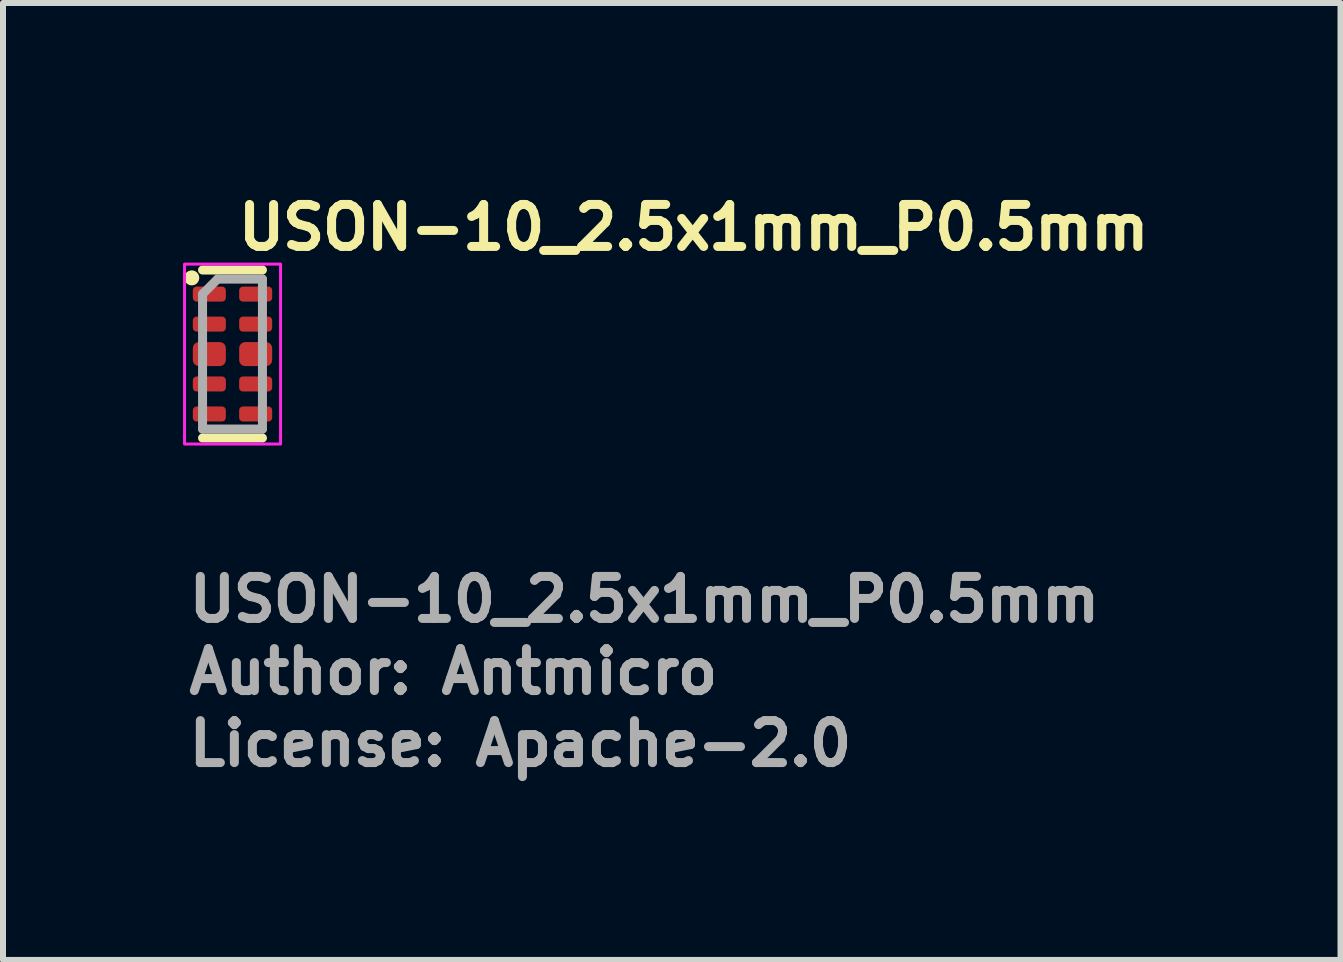
<source format=kicad_pcb>
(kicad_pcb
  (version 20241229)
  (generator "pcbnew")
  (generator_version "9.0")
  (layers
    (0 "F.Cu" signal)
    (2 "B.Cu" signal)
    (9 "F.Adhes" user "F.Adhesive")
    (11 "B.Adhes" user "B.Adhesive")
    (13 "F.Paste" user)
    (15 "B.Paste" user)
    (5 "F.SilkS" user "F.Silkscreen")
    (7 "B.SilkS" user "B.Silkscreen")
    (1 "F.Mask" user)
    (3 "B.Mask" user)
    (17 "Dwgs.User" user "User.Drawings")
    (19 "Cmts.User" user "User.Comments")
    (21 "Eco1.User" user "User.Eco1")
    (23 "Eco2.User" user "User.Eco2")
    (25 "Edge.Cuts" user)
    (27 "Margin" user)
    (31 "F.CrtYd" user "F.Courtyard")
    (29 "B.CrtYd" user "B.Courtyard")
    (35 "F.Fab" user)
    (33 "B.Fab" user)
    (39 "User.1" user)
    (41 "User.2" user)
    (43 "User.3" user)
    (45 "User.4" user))
  (footprint "USON-10_2.5x1mm_P0.5mm"
    (layer "F.Cu")
    (at 0.825 2.85)
    (property "Reference" "USON-10_2.5x1mm_P0.5mm" (at 0.018 -1.7 0) (layer "F.SilkS") (effects (font (size 0.7 0.7) (thickness 0.15)) (justify left bottom)))
    (attr smd)
    (fp_line (start 0.498 -1.401) (end -0.5 -1.401) (stroke (width 0.15) (type solid)) (layer "F.SilkS"))
    (fp_line (start 0.498 1.398) (end -0.5 1.398) (stroke (width 0.15) (type solid)) (layer "F.SilkS"))
    (fp_circle (center -0.68 -1.27) (end -0.63 -1.27) (stroke (width 0.15) (type solid)) (fill yes) (layer "F.SilkS"))
    (fp_rect (start -0.8 -1.5) (end 0.8 1.499) (stroke (width 0.05) (type solid)) (fill no) (layer "F.CrtYd"))
    (fp_line (start -0.5 -1) (end -0.5 1.249) (stroke (width 0.15) (type solid)) (layer "F.Fab"))
    (fp_line (start -0.5 1.249) (end 0.498 1.249) (stroke (width 0.15) (type solid)) (layer "F.Fab"))
    (fp_line (start -0.25 -1.25) (end -0.5 -1) (stroke (width 0.15) (type solid)) (layer "F.Fab"))
    (fp_line (start 0.498 -1.25) (end -0.25 -1.25) (stroke (width 0.15) (type solid)) (layer "F.Fab"))
    (fp_line (start 0.498 -1.25) (end 0.498 1.249) (stroke (width 0.15) (type solid)) (layer "F.Fab"))
    (fp_rect (start -0.5 -1.25) (end 0.498 1.249) (stroke (width 0.1) (type solid)) (fill no) (layer "User.5"))
    (fp_line (start -0.5 -1.25) (end -0.5 1.249) (stroke (width 0.02) (type solid)) (layer "User.9"))
    (fp_line (start -0.5 1.249) (end 0.498 1.249) (stroke (width 0.02) (type solid)) (layer "User.9"))
    (fp_line (start -0.422 -1.063) (end -0.421 -1.069) (stroke (width 0.02) (type solid)) (layer "User.9"))
    (fp_line (start -0.422 -1.063) (end -0.421 -1.069) (stroke (width 0.02) (type solid)) (layer "User.9"))
    (fp_line (start -0.422 -1.055) (end -0.422 -1.063) (stroke (width 0.02) (type solid)) (layer "User.9"))
    (fp_line (start -0.422 -1.055) (end -0.422 -1.063) (stroke (width 0.02) (type solid)) (layer "User.9"))
    (fp_line (start -0.422 -1.049) (end -0.422 -1.055) (stroke (width 0.02) (type solid)) (layer "User.9"))
    (fp_line (start -0.422 -1.049) (end -0.422 -1.055) (stroke (width 0.02) (type solid)) (layer "User.9"))
    (fp_line (start -0.422 -1.043) (end -0.422 -1.049) (stroke (width 0.02) (type solid)) (layer "User.9"))
    (fp_line (start -0.422 -1.043) (end -0.422 -1.049) (stroke (width 0.02) (type solid)) (layer "User.9"))
    (fp_line (start -0.422 -1.037) (end -0.422 -1.043) (stroke (width 0.02) (type solid)) (layer "User.9"))
    (fp_line (start -0.422 -1.037) (end -0.422 -1.043) (stroke (width 0.02) (type solid)) (layer "User.9"))
    (fp_line (start -0.421 -1.069) (end -0.419 -1.075) (stroke (width 0.02) (type solid)) (layer "User.9"))
    (fp_line (start -0.421 -1.069) (end -0.419 -1.075) (stroke (width 0.02) (type solid)) (layer "User.9"))
    (fp_line (start -0.421 -1.031) (end -0.422 -1.037) (stroke (width 0.02) (type solid)) (layer "User.9"))
    (fp_line (start -0.421 -1.031) (end -0.422 -1.037) (stroke (width 0.02) (type solid)) (layer "User.9"))
    (fp_line (start -0.419 -1.075) (end -0.417 -1.081) (stroke (width 0.02) (type solid)) (layer "User.9"))
    (fp_line (start -0.419 -1.075) (end -0.417 -1.081) (stroke (width 0.02) (type solid)) (layer "User.9"))
    (fp_line (start -0.419 -1.024) (end -0.421 -1.031) (stroke (width 0.02) (type solid)) (layer "User.9"))
    (fp_line (start -0.419 -1.024) (end -0.421 -1.031) (stroke (width 0.02) (type solid)) (layer "User.9"))
    (fp_line (start -0.417 -1.081) (end -0.416 -1.087) (stroke (width 0.02) (type solid)) (layer "User.9"))
    (fp_line (start -0.417 -1.081) (end -0.416 -1.087) (stroke (width 0.02) (type solid)) (layer "User.9"))
    (fp_line (start -0.417 -1.018) (end -0.419 -1.024) (stroke (width 0.02) (type solid)) (layer "User.9"))
    (fp_line (start -0.417 -1.018) (end -0.419 -1.024) (stroke (width 0.02) (type solid)) (layer "User.9"))
    (fp_line (start -0.416 -1.087) (end -0.413 -1.093) (stroke (width 0.02) (type solid)) (layer "User.9"))
    (fp_line (start -0.416 -1.087) (end -0.413 -1.093) (stroke (width 0.02) (type solid)) (layer "User.9"))
    (fp_line (start -0.416 -1.012) (end -0.417 -1.018) (stroke (width 0.02) (type solid)) (layer "User.9"))
    (fp_line (start -0.416 -1.012) (end -0.417 -1.018) (stroke (width 0.02) (type solid)) (layer "User.9"))
    (fp_line (start -0.413 -1.093) (end -0.41 -1.099) (stroke (width 0.02) (type solid)) (layer "User.9"))
    (fp_line (start -0.413 -1.093) (end -0.41 -1.099) (stroke (width 0.02) (type solid)) (layer "User.9"))
    (fp_line (start -0.413 -1.006) (end -0.416 -1.012) (stroke (width 0.02) (type solid)) (layer "User.9"))
    (fp_line (start -0.413 -1.006) (end -0.416 -1.012) (stroke (width 0.02) (type solid)) (layer "User.9"))
    (fp_line (start -0.41 -1.099) (end -0.41 -1.099) (stroke (width 0.02) (type solid)) (layer "User.9"))
    (fp_line (start -0.41 -1.099) (end -0.41 -1.099) (stroke (width 0.02) (type solid)) (layer "User.9"))
    (fp_line (start -0.41 -1.099) (end -0.408 -1.103) (stroke (width 0.02) (type solid)) (layer "User.9"))
    (fp_line (start -0.41 -1.099) (end -0.408 -1.103) (stroke (width 0.02) (type solid)) (layer "User.9"))
    (fp_line (start -0.41 -0.999) (end -0.413 -1.006) (stroke (width 0.02) (type solid)) (layer "User.9"))
    (fp_line (start -0.41 -0.999) (end -0.413 -1.006) (stroke (width 0.02) (type solid)) (layer "User.9"))
    (fp_line (start -0.41 -0.999) (end -0.41 -0.999) (stroke (width 0.02) (type solid)) (layer "User.9"))
    (fp_line (start -0.41 -0.999) (end -0.41 -0.999) (stroke (width 0.02) (type solid)) (layer "User.9"))
    (fp_line (start -0.408 -1.103) (end -0.407 -1.105) (stroke (width 0.02) (type solid)) (layer "User.9"))
    (fp_line (start -0.408 -1.103) (end -0.407 -1.105) (stroke (width 0.02) (type solid)) (layer "User.9"))
    (fp_line (start -0.407 -1.105) (end -0.405 -1.107) (stroke (width 0.02) (type solid)) (layer "User.9"))
    (fp_line (start -0.407 -1.105) (end -0.405 -1.107) (stroke (width 0.02) (type solid)) (layer "User.9"))
    (fp_line (start -0.407 -0.993) (end -0.41 -0.999) (stroke (width 0.02) (type solid)) (layer "User.9"))
    (fp_line (start -0.407 -0.993) (end -0.41 -0.999) (stroke (width 0.02) (type solid)) (layer "User.9"))
    (fp_line (start -0.405 -1.107) (end -0.403 -1.111) (stroke (width 0.02) (type solid)) (layer "User.9"))
    (fp_line (start -0.405 -1.107) (end -0.403 -1.111) (stroke (width 0.02) (type solid)) (layer "User.9"))
    (fp_line (start -0.403 -1.111) (end -0.401 -1.113) (stroke (width 0.02) (type solid)) (layer "User.9"))
    (fp_line (start -0.403 -1.111) (end -0.401 -1.113) (stroke (width 0.02) (type solid)) (layer "User.9"))
    (fp_line (start -0.403 -0.988) (end -0.407 -0.993) (stroke (width 0.02) (type solid)) (layer "User.9"))
    (fp_line (start -0.403 -0.988) (end -0.407 -0.993) (stroke (width 0.02) (type solid)) (layer "User.9"))
    (fp_line (start -0.401 -1.113) (end -0.399 -1.115) (stroke (width 0.02) (type solid)) (layer "User.9"))
    (fp_line (start -0.401 -1.113) (end -0.399 -1.115) (stroke (width 0.02) (type solid)) (layer "User.9"))
    (fp_line (start -0.399 -1.115) (end -0.396 -1.117) (stroke (width 0.02) (type solid)) (layer "User.9"))
    (fp_line (start -0.399 -1.115) (end -0.396 -1.117) (stroke (width 0.02) (type solid)) (layer "User.9"))
    (fp_line (start -0.399 -0.983) (end -0.403 -0.988) (stroke (width 0.02) (type solid)) (layer "User.9"))
    (fp_line (start -0.399 -0.983) (end -0.403 -0.988) (stroke (width 0.02) (type solid)) (layer "User.9"))
    (fp_line (start -0.396 -1.117) (end -0.394 -1.119) (stroke (width 0.02) (type solid)) (layer "User.9"))
    (fp_line (start -0.396 -1.117) (end -0.394 -1.119) (stroke (width 0.02) (type solid)) (layer "User.9"))
    (fp_line (start -0.394 -1.119) (end -0.392 -1.123) (stroke (width 0.02) (type solid)) (layer "User.9"))
    (fp_line (start -0.394 -1.119) (end -0.392 -1.123) (stroke (width 0.02) (type solid)) (layer "User.9"))
    (fp_line (start -0.394 -0.978) (end -0.399 -0.983) (stroke (width 0.02) (type solid)) (layer "User.9"))
    (fp_line (start -0.394 -0.978) (end -0.399 -0.983) (stroke (width 0.02) (type solid)) (layer "User.9"))
    (fp_line (start -0.392 -1.123) (end -0.389 -1.125) (stroke (width 0.02) (type solid)) (layer "User.9"))
    (fp_line (start -0.392 -1.123) (end -0.389 -1.125) (stroke (width 0.02) (type solid)) (layer "User.9"))
    (fp_line (start -0.389 -1.125) (end -0.387 -1.127) (stroke (width 0.02) (type solid)) (layer "User.9"))
    (fp_line (start -0.389 -1.125) (end -0.387 -1.127) (stroke (width 0.02) (type solid)) (layer "User.9"))
    (fp_line (start -0.389 -0.974) (end -0.394 -0.978) (stroke (width 0.02) (type solid)) (layer "User.9"))
    (fp_line (start -0.389 -0.974) (end -0.394 -0.978) (stroke (width 0.02) (type solid)) (layer "User.9"))
    (fp_line (start -0.387 -1.127) (end -0.383 -1.129) (stroke (width 0.02) (type solid)) (layer "User.9"))
    (fp_line (start -0.387 -1.127) (end -0.383 -1.129) (stroke (width 0.02) (type solid)) (layer "User.9"))
    (fp_line (start -0.383 -1.129) (end -0.381 -1.131) (stroke (width 0.02) (type solid)) (layer "User.9"))
    (fp_line (start -0.383 -1.129) (end -0.381 -1.131) (stroke (width 0.02) (type solid)) (layer "User.9"))
    (fp_line (start -0.383 -0.97) (end -0.389 -0.974) (stroke (width 0.02) (type solid)) (layer "User.9"))
    (fp_line (start -0.383 -0.97) (end -0.389 -0.974) (stroke (width 0.02) (type solid)) (layer "User.9"))
    (fp_line (start -0.381 -1.131) (end -0.378 -1.133) (stroke (width 0.02) (type solid)) (layer "User.9"))
    (fp_line (start -0.381 -1.131) (end -0.378 -1.133) (stroke (width 0.02) (type solid)) (layer "User.9"))
    (fp_line (start -0.378 -1.133) (end -0.375 -1.133) (stroke (width 0.02) (type solid)) (layer "User.9"))
    (fp_line (start -0.378 -1.133) (end -0.375 -1.133) (stroke (width 0.02) (type solid)) (layer "User.9"))
    (fp_line (start -0.378 -0.966) (end -0.383 -0.97) (stroke (width 0.02) (type solid)) (layer "User.9"))
    (fp_line (start -0.378 -0.966) (end -0.383 -0.97) (stroke (width 0.02) (type solid)) (layer "User.9"))
    (fp_line (start -0.375 -1.133) (end -0.373 -1.135) (stroke (width 0.02) (type solid)) (layer "User.9"))
    (fp_line (start -0.375 -1.133) (end -0.373 -1.135) (stroke (width 0.02) (type solid)) (layer "User.9"))
    (fp_line (start -0.373 -1.135) (end -0.37 -1.137) (stroke (width 0.02) (type solid)) (layer "User.9"))
    (fp_line (start -0.373 -1.135) (end -0.37 -1.137) (stroke (width 0.02) (type solid)) (layer "User.9"))
    (fp_line (start -0.373 -0.963) (end -0.378 -0.966) (stroke (width 0.02) (type solid)) (layer "User.9"))
    (fp_line (start -0.373 -0.963) (end -0.378 -0.966) (stroke (width 0.02) (type solid)) (layer "User.9"))
    (fp_line (start -0.37 -1.137) (end -0.367 -1.139) (stroke (width 0.02) (type solid)) (layer "User.9"))
    (fp_line (start -0.37 -1.137) (end -0.367 -1.139) (stroke (width 0.02) (type solid)) (layer "User.9"))
    (fp_line (start -0.367 -1.139) (end -0.364 -1.141) (stroke (width 0.02) (type solid)) (layer "User.9"))
    (fp_line (start -0.367 -1.139) (end -0.364 -1.141) (stroke (width 0.02) (type solid)) (layer "User.9"))
    (fp_line (start -0.367 -0.96) (end -0.373 -0.963) (stroke (width 0.02) (type solid)) (layer "User.9"))
    (fp_line (start -0.367 -0.96) (end -0.373 -0.963) (stroke (width 0.02) (type solid)) (layer "User.9"))
    (fp_line (start -0.364 -1.141) (end -0.361 -1.141) (stroke (width 0.02) (type solid)) (layer "User.9"))
    (fp_line (start -0.364 -1.141) (end -0.361 -1.141) (stroke (width 0.02) (type solid)) (layer "User.9"))
    (fp_line (start -0.361 -1.141) (end -0.358 -1.143) (stroke (width 0.02) (type solid)) (layer "User.9"))
    (fp_line (start -0.361 -1.141) (end -0.358 -1.143) (stroke (width 0.02) (type solid)) (layer "User.9"))
    (fp_line (start -0.361 -0.958) (end -0.367 -0.96) (stroke (width 0.02) (type solid)) (layer "User.9"))
    (fp_line (start -0.361 -0.958) (end -0.367 -0.96) (stroke (width 0.02) (type solid)) (layer "User.9"))
    (fp_line (start -0.358 -1.143) (end -0.355 -1.143) (stroke (width 0.02) (type solid)) (layer "User.9"))
    (fp_line (start -0.358 -1.143) (end -0.355 -1.143) (stroke (width 0.02) (type solid)) (layer "User.9"))
    (fp_line (start -0.355 -1.143) (end -0.352 -1.145) (stroke (width 0.02) (type solid)) (layer "User.9"))
    (fp_line (start -0.355 -1.143) (end -0.352 -1.145) (stroke (width 0.02) (type solid)) (layer "User.9"))
    (fp_line (start -0.355 -0.956) (end -0.361 -0.958) (stroke (width 0.02) (type solid)) (layer "User.9"))
    (fp_line (start -0.355 -0.956) (end -0.361 -0.958) (stroke (width 0.02) (type solid)) (layer "User.9"))
    (fp_line (start -0.352 -1.145) (end -0.35 -1.145) (stroke (width 0.02) (type solid)) (layer "User.9"))
    (fp_line (start -0.352 -1.145) (end -0.35 -1.145) (stroke (width 0.02) (type solid)) (layer "User.9"))
    (fp_line (start -0.35 -1.145) (end -0.347 -1.147) (stroke (width 0.02) (type solid)) (layer "User.9"))
    (fp_line (start -0.35 -1.145) (end -0.347 -1.147) (stroke (width 0.02) (type solid)) (layer "User.9"))
    (fp_line (start -0.35 -0.954) (end -0.355 -0.956) (stroke (width 0.02) (type solid)) (layer "User.9"))
    (fp_line (start -0.35 -0.954) (end -0.355 -0.956) (stroke (width 0.02) (type solid)) (layer "User.9"))
    (fp_line (start -0.347 -1.147) (end -0.344 -1.147) (stroke (width 0.02) (type solid)) (layer "User.9"))
    (fp_line (start -0.347 -1.147) (end -0.344 -1.147) (stroke (width 0.02) (type solid)) (layer "User.9"))
    (fp_line (start -0.344 -1.147) (end -0.34 -1.147) (stroke (width 0.02) (type solid)) (layer "User.9"))
    (fp_line (start -0.344 -1.147) (end -0.34 -1.147) (stroke (width 0.02) (type solid)) (layer "User.9"))
    (fp_line (start -0.344 -0.952) (end -0.35 -0.954) (stroke (width 0.02) (type solid)) (layer "User.9"))
    (fp_line (start -0.344 -0.952) (end -0.35 -0.954) (stroke (width 0.02) (type solid)) (layer "User.9"))
    (fp_line (start -0.34 -1.147) (end -0.337 -1.149) (stroke (width 0.02) (type solid)) (layer "User.9"))
    (fp_line (start -0.34 -1.147) (end -0.337 -1.149) (stroke (width 0.02) (type solid)) (layer "User.9"))
    (fp_line (start -0.337 -1.149) (end -0.334 -1.149) (stroke (width 0.02) (type solid)) (layer "User.9"))
    (fp_line (start -0.337 -1.149) (end -0.334 -1.149) (stroke (width 0.02) (type solid)) (layer "User.9"))
    (fp_line (start -0.337 -0.951) (end -0.344 -0.952) (stroke (width 0.02) (type solid)) (layer "User.9"))
    (fp_line (start -0.337 -0.951) (end -0.344 -0.952) (stroke (width 0.02) (type solid)) (layer "User.9"))
    (fp_line (start -0.334 -1.149) (end -0.331 -1.149) (stroke (width 0.02) (type solid)) (layer "User.9"))
    (fp_line (start -0.334 -1.149) (end -0.331 -1.149) (stroke (width 0.02) (type solid)) (layer "User.9"))
    (fp_line (start -0.331 -1.149) (end -0.327 -1.149) (stroke (width 0.02) (type solid)) (layer "User.9"))
    (fp_line (start -0.331 -1.149) (end -0.327 -1.149) (stroke (width 0.02) (type solid)) (layer "User.9"))
    (fp_line (start -0.331 -0.95) (end -0.337 -0.951) (stroke (width 0.02) (type solid)) (layer "User.9"))
    (fp_line (start -0.331 -0.95) (end -0.337 -0.951) (stroke (width 0.02) (type solid)) (layer "User.9"))
    (fp_line (start -0.327 -1.149) (end -0.324 -1.149) (stroke (width 0.02) (type solid)) (layer "User.9"))
    (fp_line (start -0.327 -1.149) (end -0.324 -1.149) (stroke (width 0.02) (type solid)) (layer "User.9"))
    (fp_line (start -0.324 -1.149) (end -0.316 -1.149) (stroke (width 0.02) (type solid)) (layer "User.9"))
    (fp_line (start -0.324 -1.149) (end -0.316 -1.149) (stroke (width 0.02) (type solid)) (layer "User.9"))
    (fp_line (start -0.324 -0.95) (end -0.331 -0.95) (stroke (width 0.02) (type solid)) (layer "User.9"))
    (fp_line (start -0.324 -0.95) (end -0.331 -0.95) (stroke (width 0.02) (type solid)) (layer "User.9"))
    (fp_line (start -0.32 -0.95) (end -0.324 -0.95) (stroke (width 0.02) (type solid)) (layer "User.9"))
    (fp_line (start -0.32 -0.95) (end -0.324 -0.95) (stroke (width 0.02) (type solid)) (layer "User.9"))
    (fp_line (start -0.316 -1.149) (end -0.31 -1.149) (stroke (width 0.02) (type solid)) (layer "User.9"))
    (fp_line (start -0.316 -1.149) (end -0.31 -1.149) (stroke (width 0.02) (type solid)) (layer "User.9"))
    (fp_line (start -0.316 -0.95) (end -0.32 -0.95) (stroke (width 0.02) (type solid)) (layer "User.9"))
    (fp_line (start -0.316 -0.95) (end -0.32 -0.95) (stroke (width 0.02) (type solid)) (layer "User.9"))
    (fp_line (start -0.313 -0.951) (end -0.316 -0.95) (stroke (width 0.02) (type solid)) (layer "User.9"))
    (fp_line (start -0.313 -0.951) (end -0.316 -0.95) (stroke (width 0.02) (type solid)) (layer "User.9"))
    (fp_line (start -0.31 -1.149) (end -0.303 -1.147) (stroke (width 0.02) (type solid)) (layer "User.9"))
    (fp_line (start -0.31 -1.149) (end -0.303 -1.147) (stroke (width 0.02) (type solid)) (layer "User.9"))
    (fp_line (start -0.31 -0.951) (end -0.313 -0.951) (stroke (width 0.02) (type solid)) (layer "User.9"))
    (fp_line (start -0.31 -0.951) (end -0.313 -0.951) (stroke (width 0.02) (type solid)) (layer "User.9"))
    (fp_line (start -0.306 -0.952) (end -0.31 -0.951) (stroke (width 0.02) (type solid)) (layer "User.9"))
    (fp_line (start -0.306 -0.952) (end -0.31 -0.951) (stroke (width 0.02) (type solid)) (layer "User.9"))
    (fp_line (start -0.303 -1.147) (end -0.297 -1.145) (stroke (width 0.02) (type solid)) (layer "User.9"))
    (fp_line (start -0.303 -1.147) (end -0.297 -1.145) (stroke (width 0.02) (type solid)) (layer "User.9"))
    (fp_line (start -0.303 -0.952) (end -0.306 -0.952) (stroke (width 0.02) (type solid)) (layer "User.9"))
    (fp_line (start -0.303 -0.952) (end -0.306 -0.952) (stroke (width 0.02) (type solid)) (layer "User.9"))
    (fp_line (start -0.3 -0.953) (end -0.303 -0.952) (stroke (width 0.02) (type solid)) (layer "User.9"))
    (fp_line (start -0.3 -0.953) (end -0.303 -0.952) (stroke (width 0.02) (type solid)) (layer "User.9"))
    (fp_line (start -0.297 -1.145) (end -0.291 -1.143) (stroke (width 0.02) (type solid)) (layer "User.9"))
    (fp_line (start -0.297 -1.145) (end -0.291 -1.143) (stroke (width 0.02) (type solid)) (layer "User.9"))
    (fp_line (start -0.297 -0.954) (end -0.3 -0.953) (stroke (width 0.02) (type solid)) (layer "User.9"))
    (fp_line (start -0.297 -0.954) (end -0.3 -0.953) (stroke (width 0.02) (type solid)) (layer "User.9"))
    (fp_line (start -0.294 -0.955) (end -0.297 -0.954) (stroke (width 0.02) (type solid)) (layer "User.9"))
    (fp_line (start -0.294 -0.955) (end -0.297 -0.954) (stroke (width 0.02) (type solid)) (layer "User.9"))
    (fp_line (start -0.291 -1.143) (end -0.286 -1.141) (stroke (width 0.02) (type solid)) (layer "User.9"))
    (fp_line (start -0.291 -1.143) (end -0.286 -1.141) (stroke (width 0.02) (type solid)) (layer "User.9"))
    (fp_line (start -0.291 -0.956) (end -0.294 -0.955) (stroke (width 0.02) (type solid)) (layer "User.9"))
    (fp_line (start -0.291 -0.956) (end -0.294 -0.955) (stroke (width 0.02) (type solid)) (layer "User.9"))
    (fp_line (start -0.289 -0.957) (end -0.291 -0.956) (stroke (width 0.02) (type solid)) (layer "User.9"))
    (fp_line (start -0.289 -0.957) (end -0.291 -0.956) (stroke (width 0.02) (type solid)) (layer "User.9"))
    (fp_line (start -0.286 -1.141) (end -0.28 -1.139) (stroke (width 0.02) (type solid)) (layer "User.9"))
    (fp_line (start -0.286 -1.141) (end -0.28 -1.139) (stroke (width 0.02) (type solid)) (layer "User.9"))
    (fp_line (start -0.286 -0.958) (end -0.289 -0.957) (stroke (width 0.02) (type solid)) (layer "User.9"))
    (fp_line (start -0.286 -0.958) (end -0.289 -0.957) (stroke (width 0.02) (type solid)) (layer "User.9"))
    (fp_line (start -0.283 -0.959) (end -0.286 -0.958) (stroke (width 0.02) (type solid)) (layer "User.9"))
    (fp_line (start -0.283 -0.959) (end -0.286 -0.958) (stroke (width 0.02) (type solid)) (layer "User.9"))
    (fp_line (start -0.28 -1.139) (end -0.274 -1.135) (stroke (width 0.02) (type solid)) (layer "User.9"))
    (fp_line (start -0.28 -1.139) (end -0.274 -1.135) (stroke (width 0.02) (type solid)) (layer "User.9"))
    (fp_line (start -0.28 -0.96) (end -0.283 -0.959) (stroke (width 0.02) (type solid)) (layer "User.9"))
    (fp_line (start -0.28 -0.96) (end -0.283 -0.959) (stroke (width 0.02) (type solid)) (layer "User.9"))
    (fp_line (start -0.277 -0.961) (end -0.28 -0.96) (stroke (width 0.02) (type solid)) (layer "User.9"))
    (fp_line (start -0.277 -0.961) (end -0.28 -0.96) (stroke (width 0.02) (type solid)) (layer "User.9"))
    (fp_line (start -0.274 -1.135) (end -0.269 -1.133) (stroke (width 0.02) (type solid)) (layer "User.9"))
    (fp_line (start -0.274 -1.135) (end -0.269 -1.133) (stroke (width 0.02) (type solid)) (layer "User.9"))
    (fp_line (start -0.274 -0.963) (end -0.277 -0.961) (stroke (width 0.02) (type solid)) (layer "User.9"))
    (fp_line (start -0.274 -0.963) (end -0.277 -0.961) (stroke (width 0.02) (type solid)) (layer "User.9"))
    (fp_line (start -0.271 -0.964) (end -0.274 -0.963) (stroke (width 0.02) (type solid)) (layer "User.9"))
    (fp_line (start -0.271 -0.964) (end -0.274 -0.963) (stroke (width 0.02) (type solid)) (layer "User.9"))
    (fp_line (start -0.269 -1.133) (end -0.263 -1.129) (stroke (width 0.02) (type solid)) (layer "User.9"))
    (fp_line (start -0.269 -1.133) (end -0.263 -1.129) (stroke (width 0.02) (type solid)) (layer "User.9"))
    (fp_line (start -0.269 -0.966) (end -0.271 -0.964) (stroke (width 0.02) (type solid)) (layer "User.9"))
    (fp_line (start -0.269 -0.966) (end -0.271 -0.964) (stroke (width 0.02) (type solid)) (layer "User.9"))
    (fp_line (start -0.266 -0.968) (end -0.269 -0.966) (stroke (width 0.02) (type solid)) (layer "User.9"))
    (fp_line (start -0.266 -0.968) (end -0.269 -0.966) (stroke (width 0.02) (type solid)) (layer "User.9"))
    (fp_line (start -0.263 -1.129) (end -0.258 -1.125) (stroke (width 0.02) (type solid)) (layer "User.9"))
    (fp_line (start -0.263 -1.129) (end -0.258 -1.125) (stroke (width 0.02) (type solid)) (layer "User.9"))
    (fp_line (start -0.263 -0.97) (end -0.266 -0.968) (stroke (width 0.02) (type solid)) (layer "User.9"))
    (fp_line (start -0.263 -0.97) (end -0.266 -0.968) (stroke (width 0.02) (type solid)) (layer "User.9"))
    (fp_line (start -0.261 -0.972) (end -0.263 -0.97) (stroke (width 0.02) (type solid)) (layer "User.9"))
    (fp_line (start -0.261 -0.972) (end -0.263 -0.97) (stroke (width 0.02) (type solid)) (layer "User.9"))
    (fp_line (start -0.258 -1.125) (end -0.253 -1.119) (stroke (width 0.02) (type solid)) (layer "User.9"))
    (fp_line (start -0.258 -1.125) (end -0.253 -1.119) (stroke (width 0.02) (type solid)) (layer "User.9"))
    (fp_line (start -0.258 -0.974) (end -0.261 -0.972) (stroke (width 0.02) (type solid)) (layer "User.9"))
    (fp_line (start -0.258 -0.974) (end -0.261 -0.972) (stroke (width 0.02) (type solid)) (layer "User.9"))
    (fp_line (start -0.255 -0.976) (end -0.258 -0.974) (stroke (width 0.02) (type solid)) (layer "User.9"))
    (fp_line (start -0.255 -0.976) (end -0.258 -0.974) (stroke (width 0.02) (type solid)) (layer "User.9"))
    (fp_line (start -0.253 -1.119) (end -0.248 -1.115) (stroke (width 0.02) (type solid)) (layer "User.9"))
    (fp_line (start -0.253 -1.119) (end -0.248 -1.115) (stroke (width 0.02) (type solid)) (layer "User.9"))
    (fp_line (start -0.253 -0.978) (end -0.255 -0.976) (stroke (width 0.02) (type solid)) (layer "User.9"))
    (fp_line (start -0.253 -0.978) (end -0.255 -0.976) (stroke (width 0.02) (type solid)) (layer "User.9"))
    (fp_line (start -0.25 -0.981) (end -0.253 -0.978) (stroke (width 0.02) (type solid)) (layer "User.9"))
    (fp_line (start -0.25 -0.981) (end -0.253 -0.978) (stroke (width 0.02) (type solid)) (layer "User.9"))
    (fp_line (start -0.248 -1.115) (end -0.244 -1.111) (stroke (width 0.02) (type solid)) (layer "User.9"))
    (fp_line (start -0.248 -1.115) (end -0.244 -1.111) (stroke (width 0.02) (type solid)) (layer "User.9"))
    (fp_line (start -0.248 -0.983) (end -0.25 -0.981) (stroke (width 0.02) (type solid)) (layer "User.9"))
    (fp_line (start -0.248 -0.983) (end -0.25 -0.981) (stroke (width 0.02) (type solid)) (layer "User.9"))
    (fp_line (start -0.246 -0.986) (end -0.248 -0.983) (stroke (width 0.02) (type solid)) (layer "User.9"))
    (fp_line (start -0.246 -0.986) (end -0.248 -0.983) (stroke (width 0.02) (type solid)) (layer "User.9"))
    (fp_line (start -0.244 -1.111) (end -0.24 -1.105) (stroke (width 0.02) (type solid)) (layer "User.9"))
    (fp_line (start -0.244 -1.111) (end -0.24 -1.105) (stroke (width 0.02) (type solid)) (layer "User.9"))
    (fp_line (start -0.244 -0.988) (end -0.246 -0.986) (stroke (width 0.02) (type solid)) (layer "User.9"))
    (fp_line (start -0.244 -0.988) (end -0.246 -0.986) (stroke (width 0.02) (type solid)) (layer "User.9"))
    (fp_line (start -0.242 -0.991) (end -0.244 -0.988) (stroke (width 0.02) (type solid)) (layer "User.9"))
    (fp_line (start -0.242 -0.991) (end -0.244 -0.988) (stroke (width 0.02) (type solid)) (layer "User.9"))
    (fp_line (start -0.24 -1.105) (end -0.238 -1.099) (stroke (width 0.02) (type solid)) (layer "User.9"))
    (fp_line (start -0.24 -1.105) (end -0.238 -1.099) (stroke (width 0.02) (type solid)) (layer "User.9"))
    (fp_line (start -0.24 -0.993) (end -0.242 -0.991) (stroke (width 0.02) (type solid)) (layer "User.9"))
    (fp_line (start -0.24 -0.993) (end -0.242 -0.991) (stroke (width 0.02) (type solid)) (layer "User.9"))
    (fp_line (start -0.239 -0.996) (end -0.24 -0.993) (stroke (width 0.02) (type solid)) (layer "User.9"))
    (fp_line (start -0.239 -0.996) (end -0.24 -0.993) (stroke (width 0.02) (type solid)) (layer "User.9"))
    (fp_line (start -0.238 -1.099) (end -0.238 -1.099) (stroke (width 0.02) (type solid)) (layer "User.9"))
    (fp_line (start -0.238 -1.099) (end -0.238 -1.099) (stroke (width 0.02) (type solid)) (layer "User.9"))
    (fp_line (start -0.238 -1.099) (end -0.234 -1.093) (stroke (width 0.02) (type solid)) (layer "User.9"))
    (fp_line (start -0.238 -1.099) (end -0.234 -1.093) (stroke (width 0.02) (type solid)) (layer "User.9"))
    (fp_line (start -0.238 -0.999) (end -0.239 -0.996) (stroke (width 0.02) (type solid)) (layer "User.9"))
    (fp_line (start -0.238 -0.999) (end -0.239 -0.996) (stroke (width 0.02) (type solid)) (layer "User.9"))
    (fp_line (start -0.238 -0.999) (end -0.238 -0.999) (stroke (width 0.02) (type solid)) (layer "User.9"))
    (fp_line (start -0.238 -0.999) (end -0.238 -0.999) (stroke (width 0.02) (type solid)) (layer "User.9"))
    (fp_line (start -0.234 -1.093) (end -0.232 -1.087) (stroke (width 0.02) (type solid)) (layer "User.9"))
    (fp_line (start -0.234 -1.093) (end -0.232 -1.087) (stroke (width 0.02) (type solid)) (layer "User.9"))
    (fp_line (start -0.234 -1.006) (end -0.238 -0.999) (stroke (width 0.02) (type solid)) (layer "User.9"))
    (fp_line (start -0.234 -1.006) (end -0.238 -0.999) (stroke (width 0.02) (type solid)) (layer "User.9"))
    (fp_line (start -0.232 -1.087) (end -0.229 -1.081) (stroke (width 0.02) (type solid)) (layer "User.9"))
    (fp_line (start -0.232 -1.087) (end -0.229 -1.081) (stroke (width 0.02) (type solid)) (layer "User.9"))
    (fp_line (start -0.232 -1.012) (end -0.234 -1.006) (stroke (width 0.02) (type solid)) (layer "User.9"))
    (fp_line (start -0.232 -1.012) (end -0.234 -1.006) (stroke (width 0.02) (type solid)) (layer "User.9"))
    (fp_line (start -0.229 -1.081) (end -0.228 -1.075) (stroke (width 0.02) (type solid)) (layer "User.9"))
    (fp_line (start -0.229 -1.081) (end -0.228 -1.075) (stroke (width 0.02) (type solid)) (layer "User.9"))
    (fp_line (start -0.229 -1.018) (end -0.232 -1.012) (stroke (width 0.02) (type solid)) (layer "User.9"))
    (fp_line (start -0.229 -1.018) (end -0.232 -1.012) (stroke (width 0.02) (type solid)) (layer "User.9"))
    (fp_line (start -0.228 -1.075) (end -0.226 -1.069) (stroke (width 0.02) (type solid)) (layer "User.9"))
    (fp_line (start -0.228 -1.075) (end -0.226 -1.069) (stroke (width 0.02) (type solid)) (layer "User.9"))
    (fp_line (start -0.228 -1.024) (end -0.229 -1.018) (stroke (width 0.02) (type solid)) (layer "User.9"))
    (fp_line (start -0.228 -1.024) (end -0.229 -1.018) (stroke (width 0.02) (type solid)) (layer "User.9"))
    (fp_line (start -0.226 -1.069) (end -0.224 -1.063) (stroke (width 0.02) (type solid)) (layer "User.9"))
    (fp_line (start -0.226 -1.069) (end -0.224 -1.063) (stroke (width 0.02) (type solid)) (layer "User.9"))
    (fp_line (start -0.226 -1.031) (end -0.228 -1.024) (stroke (width 0.02) (type solid)) (layer "User.9"))
    (fp_line (start -0.226 -1.031) (end -0.228 -1.024) (stroke (width 0.02) (type solid)) (layer "User.9"))
    (fp_line (start -0.224 -1.063) (end -0.223 -1.055) (stroke (width 0.02) (type solid)) (layer "User.9"))
    (fp_line (start -0.224 -1.063) (end -0.223 -1.055) (stroke (width 0.02) (type solid)) (layer "User.9"))
    (fp_line (start -0.224 -1.037) (end -0.226 -1.031) (stroke (width 0.02) (type solid)) (layer "User.9"))
    (fp_line (start -0.224 -1.037) (end -0.226 -1.031) (stroke (width 0.02) (type solid)) (layer "User.9"))
    (fp_line (start -0.223 -1.055) (end -0.223 -1.049) (stroke (width 0.02) (type solid)) (layer "User.9"))
    (fp_line (start -0.223 -1.055) (end -0.223 -1.049) (stroke (width 0.02) (type solid)) (layer "User.9"))
    (fp_line (start -0.223 -1.049) (end -0.223 -1.043) (stroke (width 0.02) (type solid)) (layer "User.9"))
    (fp_line (start -0.223 -1.049) (end -0.223 -1.043) (stroke (width 0.02) (type solid)) (layer "User.9"))
    (fp_line (start -0.223 -1.043) (end -0.224 -1.037) (stroke (width 0.02) (type solid)) (layer "User.9"))
    (fp_line (start -0.223 -1.043) (end -0.224 -1.037) (stroke (width 0.02) (type solid)) (layer "User.9"))
    (fp_line (start 0.498 -1.25) (end -0.5 -1.25) (stroke (width 0.02) (type solid)) (layer "User.9"))
    (fp_line (start 0.498 1.249) (end 0.498 -1.25) (stroke (width 0.02) (type solid)) (layer "User.9"))
    (fp_text user "License: Apache-2.0" (at -0.802 6.9 0) (layer "F.Fab") (effects (font (size 0.7 0.7) (thickness 0.15)) (justify left bottom)))
    (fp_text user "${REFERENCE}" (at -0.802 4.498 0) (layer "F.Fab") (effects (font (size 0.7 0.7) (thickness 0.15)) (justify left bottom)))
    (fp_text user "Author: Antmicro" (at -0.802 5.7 0) (layer "F.Fab") (effects (font (size 0.7 0.7) (thickness 0.15)) (justify left bottom)))
    (pad "1" smd roundrect (at -0.387 -1 270) (size 0.25 0.55) (layers "F.Cu" "F.Mask" "F.Paste") (roundrect_rratio 0.25))
    (pad "2" smd roundrect (at -0.387 -0.5 270) (size 0.25 0.55) (layers "F.Cu" "F.Mask" "F.Paste") (roundrect_rratio 0.25))
    (pad "3" smd roundrect (at -0.387 0 270) (size 0.4 0.55) (layers "F.Cu" "F.Mask" "F.Paste") (roundrect_rratio 0.25))
    (pad "4" smd roundrect (at -0.387 0.498 270) (size 0.25 0.55) (layers "F.Cu" "F.Mask" "F.Paste") (roundrect_rratio 0.25))
    (pad "5" smd roundrect (at -0.387 0.998 270) (size 0.25 0.55) (layers "F.Cu" "F.Mask" "F.Paste") (roundrect_rratio 0.25))
    (pad "6" smd roundrect (at 0.385 0.998 270) (size 0.25 0.55) (layers "F.Cu" "F.Mask" "F.Paste") (roundrect_rratio 0.25))
    (pad "7" smd roundrect (at 0.385 0.498 270) (size 0.25 0.55) (layers "F.Cu" "F.Mask" "F.Paste") (roundrect_rratio 0.25))
    (pad "8" smd roundrect (at 0.385 0 270) (size 0.4 0.55) (layers "F.Cu" "F.Mask" "F.Paste") (roundrect_rratio 0.25))
    (pad "9" smd roundrect (at 0.385 -0.5 270) (size 0.25 0.55) (layers "F.Cu" "F.Mask" "F.Paste") (roundrect_rratio 0.25))
    (pad "10" smd roundrect (at 0.385 -1 270) (size 0.25 0.55) (layers "F.Cu" "F.Mask" "F.Paste") (roundrect_rratio 0.25)))
  (gr_rect
    (start -3 -3)
    (end 19.286 12.945)
    (stroke (width 0.1) (type default))
    (fill no)
    (layer "Edge.Cuts")))
</source>
